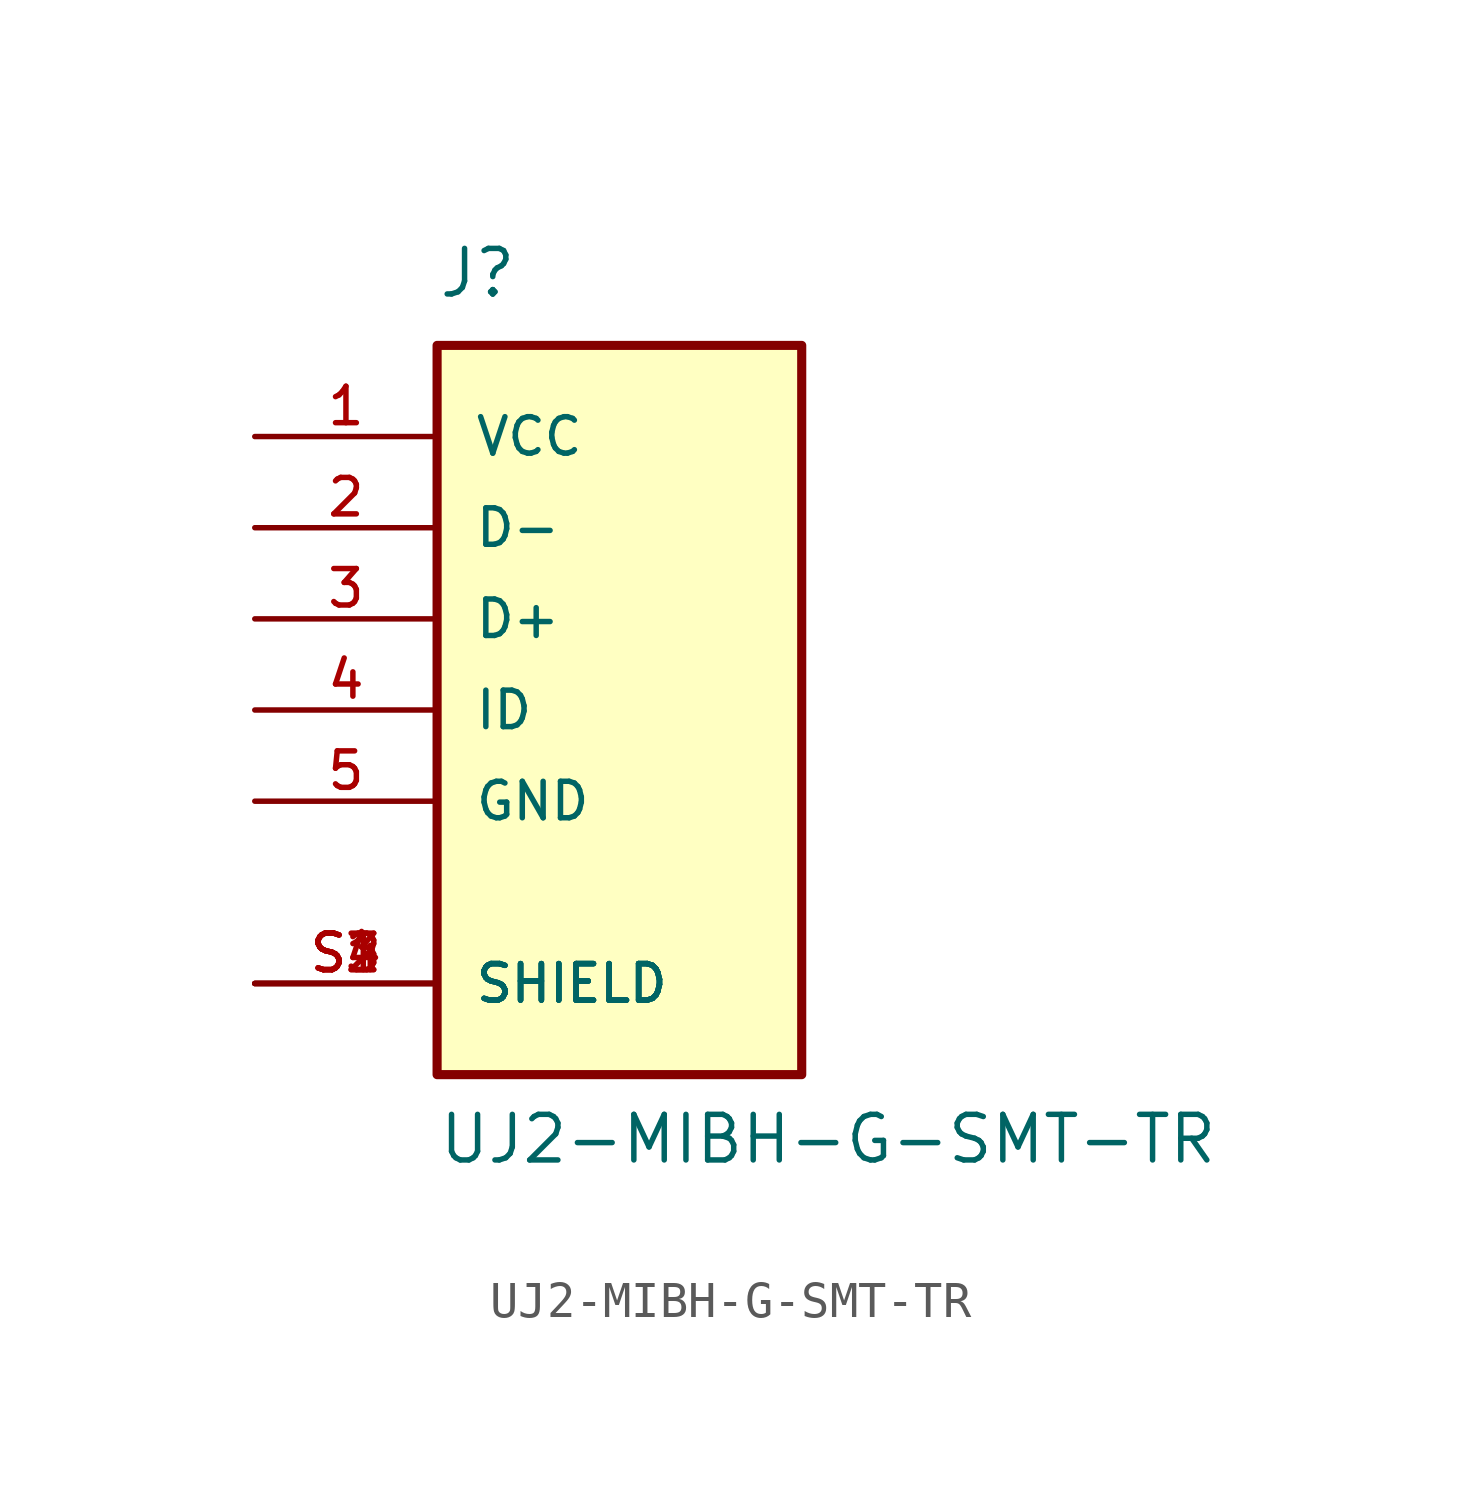
<source format=kicad_sym>
(kicad_symbol_lib
  (version 20211014)
  (generator kicad_symbol_editor)
  (symbol "UJ2-MIBH-G-SMT-TR"
    (pin_names
      (offset 1.016))
    (property "Reference" "J"
      (at -5.08 11.43 0)
      (effects (font (size 1.27 1.27)) (justify bottom left)))
    (property "Value" "UJ2-MIBH-G-SMT-TR"
      (at -5.08 -12.7 0)
      (effects (font (size 1.27 1.27)) (justify bottom left)))
    (symbol "UJ2-MIBH-G-SMT-TR_0_0"
      (rectangle (start -5.08 -10.16) (end 5.08 10.16) (stroke (width 0.254)) (fill (type background)))
      (pin bidirectional line (at -10.16 5.08 0) (length 5.08) (name "D-" (effects (font (size 1.016 1.016)))) (number "2" (effects (font (size 1.016 1.016)))))
      (pin bidirectional line (at -10.16 2.54 0) (length 5.08) (name "D+" (effects (font (size 1.016 1.016)))) (number "3" (effects (font (size 1.016 1.016)))))
      (pin bidirectional line (at -10.16 0.0 0) (length 5.08) (name "ID" (effects (font (size 1.016 1.016)))) (number "4" (effects (font (size 1.016 1.016)))))
      (pin power_in line (at -10.16 7.62 0) (length 5.08) (name "VCC" (effects (font (size 1.016 1.016)))) (number "1" (effects (font (size 1.016 1.016)))))
      (pin power_in line (at -10.16 -2.54 0) (length 5.08) (name "GND" (effects (font (size 1.016 1.016)))) (number "5" (effects (font (size 1.016 1.016)))))
      (pin passive line (at -10.16 -7.62 0) (length 5.08) (name "SHIELD" (effects (font (size 1.016 1.016)))) (number "S1" (effects (font (size 1.016 1.016)))))
      (pin passive line (at -10.16 -7.62 0) (length 5.08) (name "SHIELD" (effects (font (size 1.016 1.016)))) (number "S2" (effects (font (size 1.016 1.016)))))
      (pin passive line (at -10.16 -7.62 0) (length 5.08) (name "SHIELD" (effects (font (size 1.016 1.016)))) (number "S3" (effects (font (size 1.016 1.016)))))
      (pin passive line (at -10.16 -7.62 0) (length 5.08) (name "SHIELD" (effects (font (size 1.016 1.016)))) (number "S4" (effects (font (size 1.016 1.016))))))))
</source>
